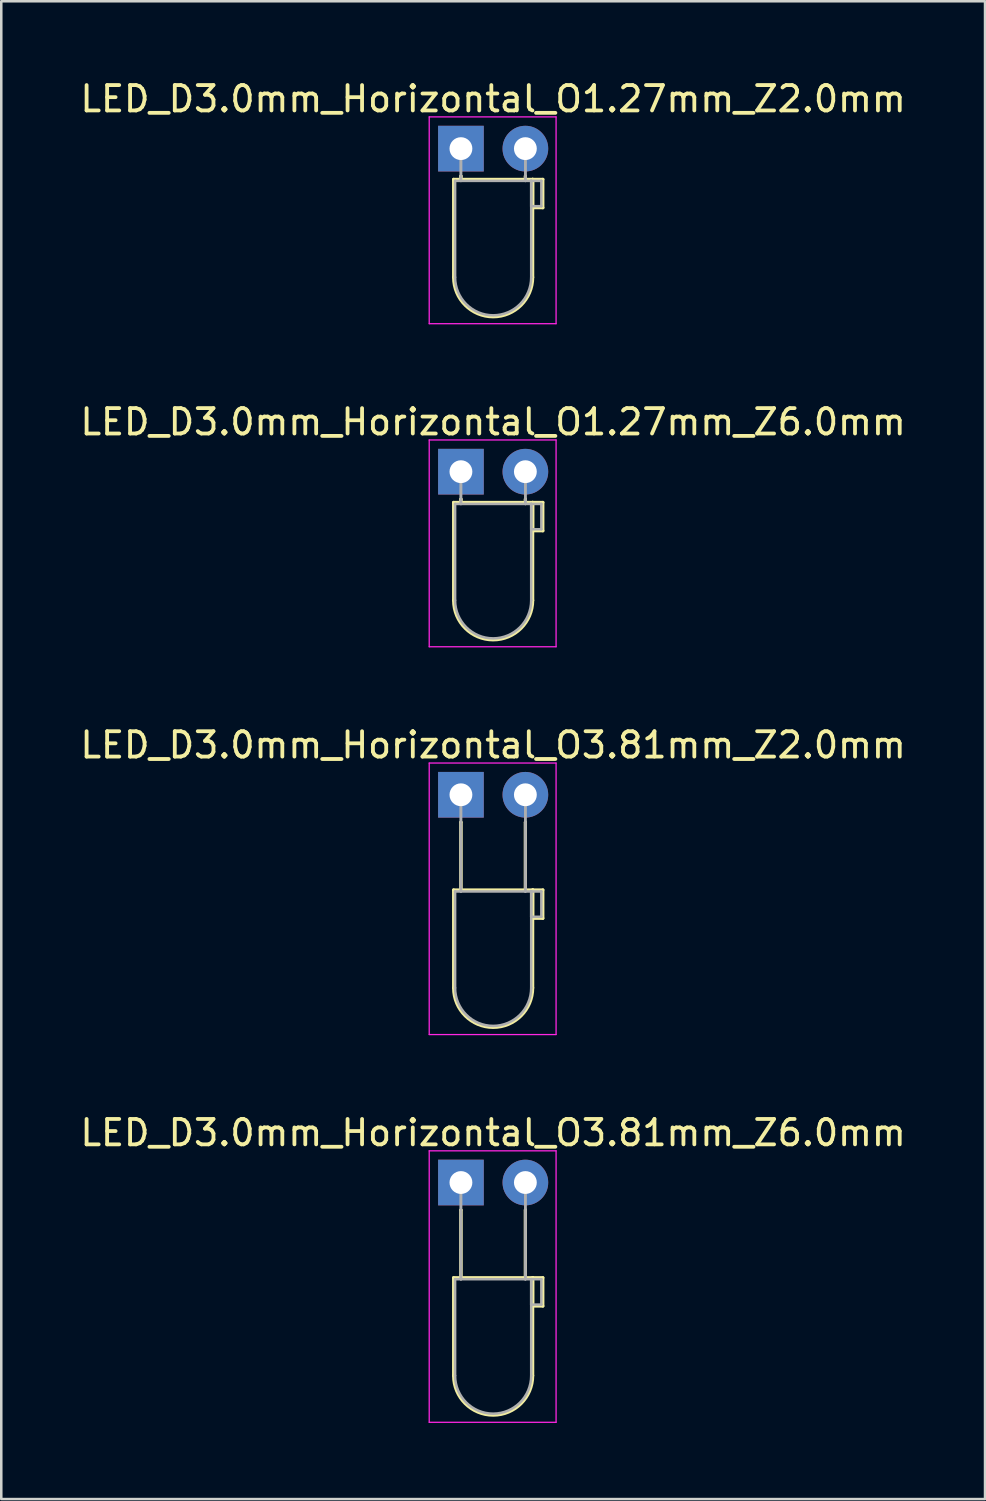
<source format=kicad_pcb>
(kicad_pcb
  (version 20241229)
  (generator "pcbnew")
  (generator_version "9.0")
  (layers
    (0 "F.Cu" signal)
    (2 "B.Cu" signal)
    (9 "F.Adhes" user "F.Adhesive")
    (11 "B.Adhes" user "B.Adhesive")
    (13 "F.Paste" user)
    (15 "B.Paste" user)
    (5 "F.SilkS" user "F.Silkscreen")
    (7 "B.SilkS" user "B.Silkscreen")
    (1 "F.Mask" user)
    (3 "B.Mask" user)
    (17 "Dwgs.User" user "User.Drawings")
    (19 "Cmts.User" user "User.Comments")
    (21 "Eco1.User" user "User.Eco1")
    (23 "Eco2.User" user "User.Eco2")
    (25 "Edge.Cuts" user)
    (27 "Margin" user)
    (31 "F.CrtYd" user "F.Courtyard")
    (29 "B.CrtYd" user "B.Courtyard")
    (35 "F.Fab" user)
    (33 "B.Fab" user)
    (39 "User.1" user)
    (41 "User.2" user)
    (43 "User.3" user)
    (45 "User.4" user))
  (footprint "LED_D3.0mm_Horizontal_O1.27mm_Z2.0mm"
    (layer "F.Cu")
    (at 15.117 2.808)
    (property "Reference" "LED_D3.0mm_Horizontal_O1.27mm_Z2.0mm" (at 1.27 -1.96 0) (layer "F.SilkS") (effects (font (size 1 1) (thickness 0.15))))
    (attr through_hole)
    (fp_line (start -0.29 1.21) (end -0.29 5.07) (stroke (width 0.12) (type solid)) (layer "F.SilkS"))
    (fp_line (start -0.29 1.21) (end 2.83 1.21) (stroke (width 0.12) (type solid)) (layer "F.SilkS"))
    (fp_line (start 0 1.08) (end 0 1.08) (stroke (width 0.12) (type solid)) (layer "F.SilkS"))
    (fp_line (start 0 1.08) (end 0 1.21) (stroke (width 0.12) (type solid)) (layer "F.SilkS"))
    (fp_line (start 0 1.21) (end 0 1.08) (stroke (width 0.12) (type solid)) (layer "F.SilkS"))
    (fp_line (start 0 1.21) (end 0 1.21) (stroke (width 0.12) (type solid)) (layer "F.SilkS"))
    (fp_line (start 2.54 1.08) (end 2.54 1.08) (stroke (width 0.12) (type solid)) (layer "F.SilkS"))
    (fp_line (start 2.54 1.08) (end 2.54 1.21) (stroke (width 0.12) (type solid)) (layer "F.SilkS"))
    (fp_line (start 2.54 1.21) (end 2.54 1.08) (stroke (width 0.12) (type solid)) (layer "F.SilkS"))
    (fp_line (start 2.54 1.21) (end 2.54 1.21) (stroke (width 0.12) (type solid)) (layer "F.SilkS"))
    (fp_line (start 2.83 1.21) (end 2.83 5.07) (stroke (width 0.12) (type solid)) (layer "F.SilkS"))
    (fp_line (start 2.83 1.21) (end 3.23 1.21) (stroke (width 0.12) (type solid)) (layer "F.SilkS"))
    (fp_line (start 2.83 2.33) (end 2.83 1.21) (stroke (width 0.12) (type solid)) (layer "F.SilkS"))
    (fp_line (start 3.23 1.21) (end 3.23 2.33) (stroke (width 0.12) (type solid)) (layer "F.SilkS"))
    (fp_line (start 3.23 2.33) (end 2.83 2.33) (stroke (width 0.12) (type solid)) (layer "F.SilkS"))
    (fp_arc (start 2.83 5.07) (mid 1.27 6.63) (end -0.29 5.07) (stroke (width 0.12) (type solid)) (layer "F.SilkS"))
    (fp_line (start -1.25 -1.25) (end -1.25 6.9) (stroke (width 0.05) (type solid)) (layer "F.CrtYd"))
    (fp_line (start -1.25 6.9) (end 3.75 6.9) (stroke (width 0.05) (type solid)) (layer "F.CrtYd"))
    (fp_line (start 3.75 -1.25) (end -1.25 -1.25) (stroke (width 0.05) (type solid)) (layer "F.CrtYd"))
    (fp_line (start 3.75 6.9) (end 3.75 -1.25) (stroke (width 0.05) (type solid)) (layer "F.CrtYd"))
    (fp_line (start -0.23 1.27) (end -0.23 5.07) (stroke (width 0.1) (type solid)) (layer "F.Fab"))
    (fp_line (start -0.23 1.27) (end 2.77 1.27) (stroke (width 0.1) (type solid)) (layer "F.Fab"))
    (fp_line (start 0 0) (end 0 0) (stroke (width 0.1) (type solid)) (layer "F.Fab"))
    (fp_line (start 0 0) (end 0 1.27) (stroke (width 0.1) (type solid)) (layer "F.Fab"))
    (fp_line (start 0 1.27) (end 0 0) (stroke (width 0.1) (type solid)) (layer "F.Fab"))
    (fp_line (start 0 1.27) (end 0 1.27) (stroke (width 0.1) (type solid)) (layer "F.Fab"))
    (fp_line (start 2.54 0) (end 2.54 0) (stroke (width 0.1) (type solid)) (layer "F.Fab"))
    (fp_line (start 2.54 0) (end 2.54 1.27) (stroke (width 0.1) (type solid)) (layer "F.Fab"))
    (fp_line (start 2.54 1.27) (end 2.54 0) (stroke (width 0.1) (type solid)) (layer "F.Fab"))
    (fp_line (start 2.54 1.27) (end 2.54 1.27) (stroke (width 0.1) (type solid)) (layer "F.Fab"))
    (fp_line (start 2.77 1.27) (end 2.77 5.07) (stroke (width 0.1) (type solid)) (layer "F.Fab"))
    (fp_line (start 2.77 1.27) (end 3.17 1.27) (stroke (width 0.1) (type solid)) (layer "F.Fab"))
    (fp_line (start 2.77 2.27) (end 2.77 1.27) (stroke (width 0.1) (type solid)) (layer "F.Fab"))
    (fp_line (start 3.17 1.27) (end 3.17 2.27) (stroke (width 0.1) (type solid)) (layer "F.Fab"))
    (fp_line (start 3.17 2.27) (end 2.77 2.27) (stroke (width 0.1) (type solid)) (layer "F.Fab"))
    (fp_arc (start 2.77 5.07) (mid 1.27 6.57) (end -0.23 5.07) (stroke (width 0.1) (type solid)) (layer "F.Fab"))
    (pad "1" thru_hole rect (at 0 0) (size 1.8 1.8) (drill 0.9) (layers "*.Cu" "*.Mask"))
    (pad "2" thru_hole circle (at 2.54 0) (size 1.8 1.8) (drill 0.9) (layers "*.Cu" "*.Mask")))
  (footprint "LED_D3.0mm_Horizontal_O1.27mm_Z6.0mm"
    (layer "F.Cu")
    (at 15.117 15.541)
    (property "Reference" "LED_D3.0mm_Horizontal_O1.27mm_Z6.0mm" (at 1.27 -1.96 0) (layer "F.SilkS") (effects (font (size 1 1) (thickness 0.15))))
    (attr through_hole)
    (fp_line (start -0.29 1.21) (end -0.29 5.07) (stroke (width 0.12) (type solid)) (layer "F.SilkS"))
    (fp_line (start -0.29 1.21) (end 2.83 1.21) (stroke (width 0.12) (type solid)) (layer "F.SilkS"))
    (fp_line (start 0 1.08) (end 0 1.08) (stroke (width 0.12) (type solid)) (layer "F.SilkS"))
    (fp_line (start 0 1.08) (end 0 1.21) (stroke (width 0.12) (type solid)) (layer "F.SilkS"))
    (fp_line (start 0 1.21) (end 0 1.08) (stroke (width 0.12) (type solid)) (layer "F.SilkS"))
    (fp_line (start 0 1.21) (end 0 1.21) (stroke (width 0.12) (type solid)) (layer "F.SilkS"))
    (fp_line (start 2.54 1.08) (end 2.54 1.08) (stroke (width 0.12) (type solid)) (layer "F.SilkS"))
    (fp_line (start 2.54 1.08) (end 2.54 1.21) (stroke (width 0.12) (type solid)) (layer "F.SilkS"))
    (fp_line (start 2.54 1.21) (end 2.54 1.08) (stroke (width 0.12) (type solid)) (layer "F.SilkS"))
    (fp_line (start 2.54 1.21) (end 2.54 1.21) (stroke (width 0.12) (type solid)) (layer "F.SilkS"))
    (fp_line (start 2.83 1.21) (end 2.83 5.07) (stroke (width 0.12) (type solid)) (layer "F.SilkS"))
    (fp_line (start 2.83 1.21) (end 3.23 1.21) (stroke (width 0.12) (type solid)) (layer "F.SilkS"))
    (fp_line (start 2.83 2.33) (end 2.83 1.21) (stroke (width 0.12) (type solid)) (layer "F.SilkS"))
    (fp_line (start 3.23 1.21) (end 3.23 2.33) (stroke (width 0.12) (type solid)) (layer "F.SilkS"))
    (fp_line (start 3.23 2.33) (end 2.83 2.33) (stroke (width 0.12) (type solid)) (layer "F.SilkS"))
    (fp_arc (start 2.83 5.07) (mid 1.27 6.63) (end -0.29 5.07) (stroke (width 0.12) (type solid)) (layer "F.SilkS"))
    (fp_line (start -1.25 -1.25) (end -1.25 6.9) (stroke (width 0.05) (type solid)) (layer "F.CrtYd"))
    (fp_line (start -1.25 6.9) (end 3.75 6.9) (stroke (width 0.05) (type solid)) (layer "F.CrtYd"))
    (fp_line (start 3.75 -1.25) (end -1.25 -1.25) (stroke (width 0.05) (type solid)) (layer "F.CrtYd"))
    (fp_line (start 3.75 6.9) (end 3.75 -1.25) (stroke (width 0.05) (type solid)) (layer "F.CrtYd"))
    (fp_line (start -0.23 1.27) (end -0.23 5.07) (stroke (width 0.1) (type solid)) (layer "F.Fab"))
    (fp_line (start -0.23 1.27) (end 2.77 1.27) (stroke (width 0.1) (type solid)) (layer "F.Fab"))
    (fp_line (start 0 0) (end 0 0) (stroke (width 0.1) (type solid)) (layer "F.Fab"))
    (fp_line (start 0 0) (end 0 1.27) (stroke (width 0.1) (type solid)) (layer "F.Fab"))
    (fp_line (start 0 1.27) (end 0 0) (stroke (width 0.1) (type solid)) (layer "F.Fab"))
    (fp_line (start 0 1.27) (end 0 1.27) (stroke (width 0.1) (type solid)) (layer "F.Fab"))
    (fp_line (start 2.54 0) (end 2.54 0) (stroke (width 0.1) (type solid)) (layer "F.Fab"))
    (fp_line (start 2.54 0) (end 2.54 1.27) (stroke (width 0.1) (type solid)) (layer "F.Fab"))
    (fp_line (start 2.54 1.27) (end 2.54 0) (stroke (width 0.1) (type solid)) (layer "F.Fab"))
    (fp_line (start 2.54 1.27) (end 2.54 1.27) (stroke (width 0.1) (type solid)) (layer "F.Fab"))
    (fp_line (start 2.77 1.27) (end 2.77 5.07) (stroke (width 0.1) (type solid)) (layer "F.Fab"))
    (fp_line (start 2.77 1.27) (end 3.17 1.27) (stroke (width 0.1) (type solid)) (layer "F.Fab"))
    (fp_line (start 2.77 2.27) (end 2.77 1.27) (stroke (width 0.1) (type solid)) (layer "F.Fab"))
    (fp_line (start 3.17 1.27) (end 3.17 2.27) (stroke (width 0.1) (type solid)) (layer "F.Fab"))
    (fp_line (start 3.17 2.27) (end 2.77 2.27) (stroke (width 0.1) (type solid)) (layer "F.Fab"))
    (fp_arc (start 2.77 5.07) (mid 1.27 6.57) (end -0.23 5.07) (stroke (width 0.1) (type solid)) (layer "F.Fab"))
    (pad "1" thru_hole rect (at 0 0) (size 1.8 1.8) (drill 0.9) (layers "*.Cu" "*.Mask"))
    (pad "2" thru_hole circle (at 2.54 0) (size 1.8 1.8) (drill 0.9) (layers "*.Cu" "*.Mask")))
  (footprint "LED_D3.0mm_Horizontal_O3.81mm_Z2.0mm"
    (layer "F.Cu")
    (at 15.117 28.275)
    (property "Reference" "LED_D3.0mm_Horizontal_O3.81mm_Z2.0mm" (at 1.27 -1.96 0) (layer "F.SilkS") (effects (font (size 1 1) (thickness 0.15))))
    (attr through_hole)
    (fp_line (start -0.29 3.75) (end -0.29 7.61) (stroke (width 0.12) (type solid)) (layer "F.SilkS"))
    (fp_line (start -0.29 3.75) (end 2.83 3.75) (stroke (width 0.12) (type solid)) (layer "F.SilkS"))
    (fp_line (start 0 1.08) (end 0 1.08) (stroke (width 0.12) (type solid)) (layer "F.SilkS"))
    (fp_line (start 0 1.08) (end 0 3.75) (stroke (width 0.12) (type solid)) (layer "F.SilkS"))
    (fp_line (start 0 3.75) (end 0 1.08) (stroke (width 0.12) (type solid)) (layer "F.SilkS"))
    (fp_line (start 0 3.75) (end 0 3.75) (stroke (width 0.12) (type solid)) (layer "F.SilkS"))
    (fp_line (start 2.54 1.08) (end 2.54 1.08) (stroke (width 0.12) (type solid)) (layer "F.SilkS"))
    (fp_line (start 2.54 1.08) (end 2.54 3.75) (stroke (width 0.12) (type solid)) (layer "F.SilkS"))
    (fp_line (start 2.54 3.75) (end 2.54 1.08) (stroke (width 0.12) (type solid)) (layer "F.SilkS"))
    (fp_line (start 2.54 3.75) (end 2.54 3.75) (stroke (width 0.12) (type solid)) (layer "F.SilkS"))
    (fp_line (start 2.83 3.75) (end 2.83 7.61) (stroke (width 0.12) (type solid)) (layer "F.SilkS"))
    (fp_line (start 2.83 3.75) (end 3.23 3.75) (stroke (width 0.12) (type solid)) (layer "F.SilkS"))
    (fp_line (start 2.83 4.87) (end 2.83 3.75) (stroke (width 0.12) (type solid)) (layer "F.SilkS"))
    (fp_line (start 3.23 3.75) (end 3.23 4.87) (stroke (width 0.12) (type solid)) (layer "F.SilkS"))
    (fp_line (start 3.23 4.87) (end 2.83 4.87) (stroke (width 0.12) (type solid)) (layer "F.SilkS"))
    (fp_arc (start 2.83 7.61) (mid 1.27 9.17) (end -0.29 7.61) (stroke (width 0.12) (type solid)) (layer "F.SilkS"))
    (fp_line (start -1.25 -1.25) (end -1.25 9.45) (stroke (width 0.05) (type solid)) (layer "F.CrtYd"))
    (fp_line (start -1.25 9.45) (end 3.75 9.45) (stroke (width 0.05) (type solid)) (layer "F.CrtYd"))
    (fp_line (start 3.75 -1.25) (end -1.25 -1.25) (stroke (width 0.05) (type solid)) (layer "F.CrtYd"))
    (fp_line (start 3.75 9.45) (end 3.75 -1.25) (stroke (width 0.05) (type solid)) (layer "F.CrtYd"))
    (fp_line (start -0.23 3.81) (end -0.23 7.61) (stroke (width 0.1) (type solid)) (layer "F.Fab"))
    (fp_line (start -0.23 3.81) (end 2.77 3.81) (stroke (width 0.1) (type solid)) (layer "F.Fab"))
    (fp_line (start 0 0) (end 0 0) (stroke (width 0.1) (type solid)) (layer "F.Fab"))
    (fp_line (start 0 0) (end 0 3.81) (stroke (width 0.1) (type solid)) (layer "F.Fab"))
    (fp_line (start 0 3.81) (end 0 0) (stroke (width 0.1) (type solid)) (layer "F.Fab"))
    (fp_line (start 0 3.81) (end 0 3.81) (stroke (width 0.1) (type solid)) (layer "F.Fab"))
    (fp_line (start 2.54 0) (end 2.54 0) (stroke (width 0.1) (type solid)) (layer "F.Fab"))
    (fp_line (start 2.54 0) (end 2.54 3.81) (stroke (width 0.1) (type solid)) (layer "F.Fab"))
    (fp_line (start 2.54 3.81) (end 2.54 0) (stroke (width 0.1) (type solid)) (layer "F.Fab"))
    (fp_line (start 2.54 3.81) (end 2.54 3.81) (stroke (width 0.1) (type solid)) (layer "F.Fab"))
    (fp_line (start 2.77 3.81) (end 2.77 7.61) (stroke (width 0.1) (type solid)) (layer "F.Fab"))
    (fp_line (start 2.77 3.81) (end 3.17 3.81) (stroke (width 0.1) (type solid)) (layer "F.Fab"))
    (fp_line (start 2.77 4.81) (end 2.77 3.81) (stroke (width 0.1) (type solid)) (layer "F.Fab"))
    (fp_line (start 3.17 3.81) (end 3.17 4.81) (stroke (width 0.1) (type solid)) (layer "F.Fab"))
    (fp_line (start 3.17 4.81) (end 2.77 4.81) (stroke (width 0.1) (type solid)) (layer "F.Fab"))
    (fp_arc (start 2.77 7.61) (mid 1.27 9.11) (end -0.23 7.61) (stroke (width 0.1) (type solid)) (layer "F.Fab"))
    (pad "1" thru_hole rect (at 0 0) (size 1.8 1.8) (drill 0.9) (layers "*.Cu" "*.Mask"))
    (pad "2" thru_hole circle (at 2.54 0) (size 1.8 1.8) (drill 0.9) (layers "*.Cu" "*.Mask")))
  (footprint "LED_D3.0mm_Horizontal_O3.81mm_Z6.0mm"
    (layer "F.Cu")
    (at 15.117 43.558)
    (property "Reference" "LED_D3.0mm_Horizontal_O3.81mm_Z6.0mm" (at 1.27 -1.96 0) (layer "F.SilkS") (effects (font (size 1 1) (thickness 0.15))))
    (attr through_hole)
    (fp_line (start -0.29 3.75) (end -0.29 7.61) (stroke (width 0.12) (type solid)) (layer "F.SilkS"))
    (fp_line (start -0.29 3.75) (end 2.83 3.75) (stroke (width 0.12) (type solid)) (layer "F.SilkS"))
    (fp_line (start 0 1.08) (end 0 1.08) (stroke (width 0.12) (type solid)) (layer "F.SilkS"))
    (fp_line (start 0 1.08) (end 0 3.75) (stroke (width 0.12) (type solid)) (layer "F.SilkS"))
    (fp_line (start 0 3.75) (end 0 1.08) (stroke (width 0.12) (type solid)) (layer "F.SilkS"))
    (fp_line (start 0 3.75) (end 0 3.75) (stroke (width 0.12) (type solid)) (layer "F.SilkS"))
    (fp_line (start 2.54 1.08) (end 2.54 1.08) (stroke (width 0.12) (type solid)) (layer "F.SilkS"))
    (fp_line (start 2.54 1.08) (end 2.54 3.75) (stroke (width 0.12) (type solid)) (layer "F.SilkS"))
    (fp_line (start 2.54 3.75) (end 2.54 1.08) (stroke (width 0.12) (type solid)) (layer "F.SilkS"))
    (fp_line (start 2.54 3.75) (end 2.54 3.75) (stroke (width 0.12) (type solid)) (layer "F.SilkS"))
    (fp_line (start 2.83 3.75) (end 2.83 7.61) (stroke (width 0.12) (type solid)) (layer "F.SilkS"))
    (fp_line (start 2.83 3.75) (end 3.23 3.75) (stroke (width 0.12) (type solid)) (layer "F.SilkS"))
    (fp_line (start 2.83 4.87) (end 2.83 3.75) (stroke (width 0.12) (type solid)) (layer "F.SilkS"))
    (fp_line (start 3.23 3.75) (end 3.23 4.87) (stroke (width 0.12) (type solid)) (layer "F.SilkS"))
    (fp_line (start 3.23 4.87) (end 2.83 4.87) (stroke (width 0.12) (type solid)) (layer "F.SilkS"))
    (fp_arc (start 2.83 7.61) (mid 1.27 9.17) (end -0.29 7.61) (stroke (width 0.12) (type solid)) (layer "F.SilkS"))
    (fp_line (start -1.25 -1.25) (end -1.25 9.45) (stroke (width 0.05) (type solid)) (layer "F.CrtYd"))
    (fp_line (start -1.25 9.45) (end 3.75 9.45) (stroke (width 0.05) (type solid)) (layer "F.CrtYd"))
    (fp_line (start 3.75 -1.25) (end -1.25 -1.25) (stroke (width 0.05) (type solid)) (layer "F.CrtYd"))
    (fp_line (start 3.75 9.45) (end 3.75 -1.25) (stroke (width 0.05) (type solid)) (layer "F.CrtYd"))
    (fp_line (start -0.23 3.81) (end -0.23 7.61) (stroke (width 0.1) (type solid)) (layer "F.Fab"))
    (fp_line (start -0.23 3.81) (end 2.77 3.81) (stroke (width 0.1) (type solid)) (layer "F.Fab"))
    (fp_line (start 0 0) (end 0 0) (stroke (width 0.1) (type solid)) (layer "F.Fab"))
    (fp_line (start 0 0) (end 0 3.81) (stroke (width 0.1) (type solid)) (layer "F.Fab"))
    (fp_line (start 0 3.81) (end 0 0) (stroke (width 0.1) (type solid)) (layer "F.Fab"))
    (fp_line (start 0 3.81) (end 0 3.81) (stroke (width 0.1) (type solid)) (layer "F.Fab"))
    (fp_line (start 2.54 0) (end 2.54 0) (stroke (width 0.1) (type solid)) (layer "F.Fab"))
    (fp_line (start 2.54 0) (end 2.54 3.81) (stroke (width 0.1) (type solid)) (layer "F.Fab"))
    (fp_line (start 2.54 3.81) (end 2.54 0) (stroke (width 0.1) (type solid)) (layer "F.Fab"))
    (fp_line (start 2.54 3.81) (end 2.54 3.81) (stroke (width 0.1) (type solid)) (layer "F.Fab"))
    (fp_line (start 2.77 3.81) (end 2.77 7.61) (stroke (width 0.1) (type solid)) (layer "F.Fab"))
    (fp_line (start 2.77 3.81) (end 3.17 3.81) (stroke (width 0.1) (type solid)) (layer "F.Fab"))
    (fp_line (start 2.77 4.81) (end 2.77 3.81) (stroke (width 0.1) (type solid)) (layer "F.Fab"))
    (fp_line (start 3.17 3.81) (end 3.17 4.81) (stroke (width 0.1) (type solid)) (layer "F.Fab"))
    (fp_line (start 3.17 4.81) (end 2.77 4.81) (stroke (width 0.1) (type solid)) (layer "F.Fab"))
    (fp_arc (start 2.77 7.61) (mid 1.27 9.11) (end -0.23 7.61) (stroke (width 0.1) (type solid)) (layer "F.Fab"))
    (pad "1" thru_hole rect (at 0 0) (size 1.8 1.8) (drill 0.9) (layers "*.Cu" "*.Mask"))
    (pad "2" thru_hole circle (at 2.54 0) (size 1.8 1.8) (drill 0.9) (layers "*.Cu" "*.Mask")))
  (gr_rect
    (start -3 -3)
    (end 35.774 56.033)
    (stroke (width 0.1) (type default))
    (fill no)
    (layer "Edge.Cuts")))
</source>
